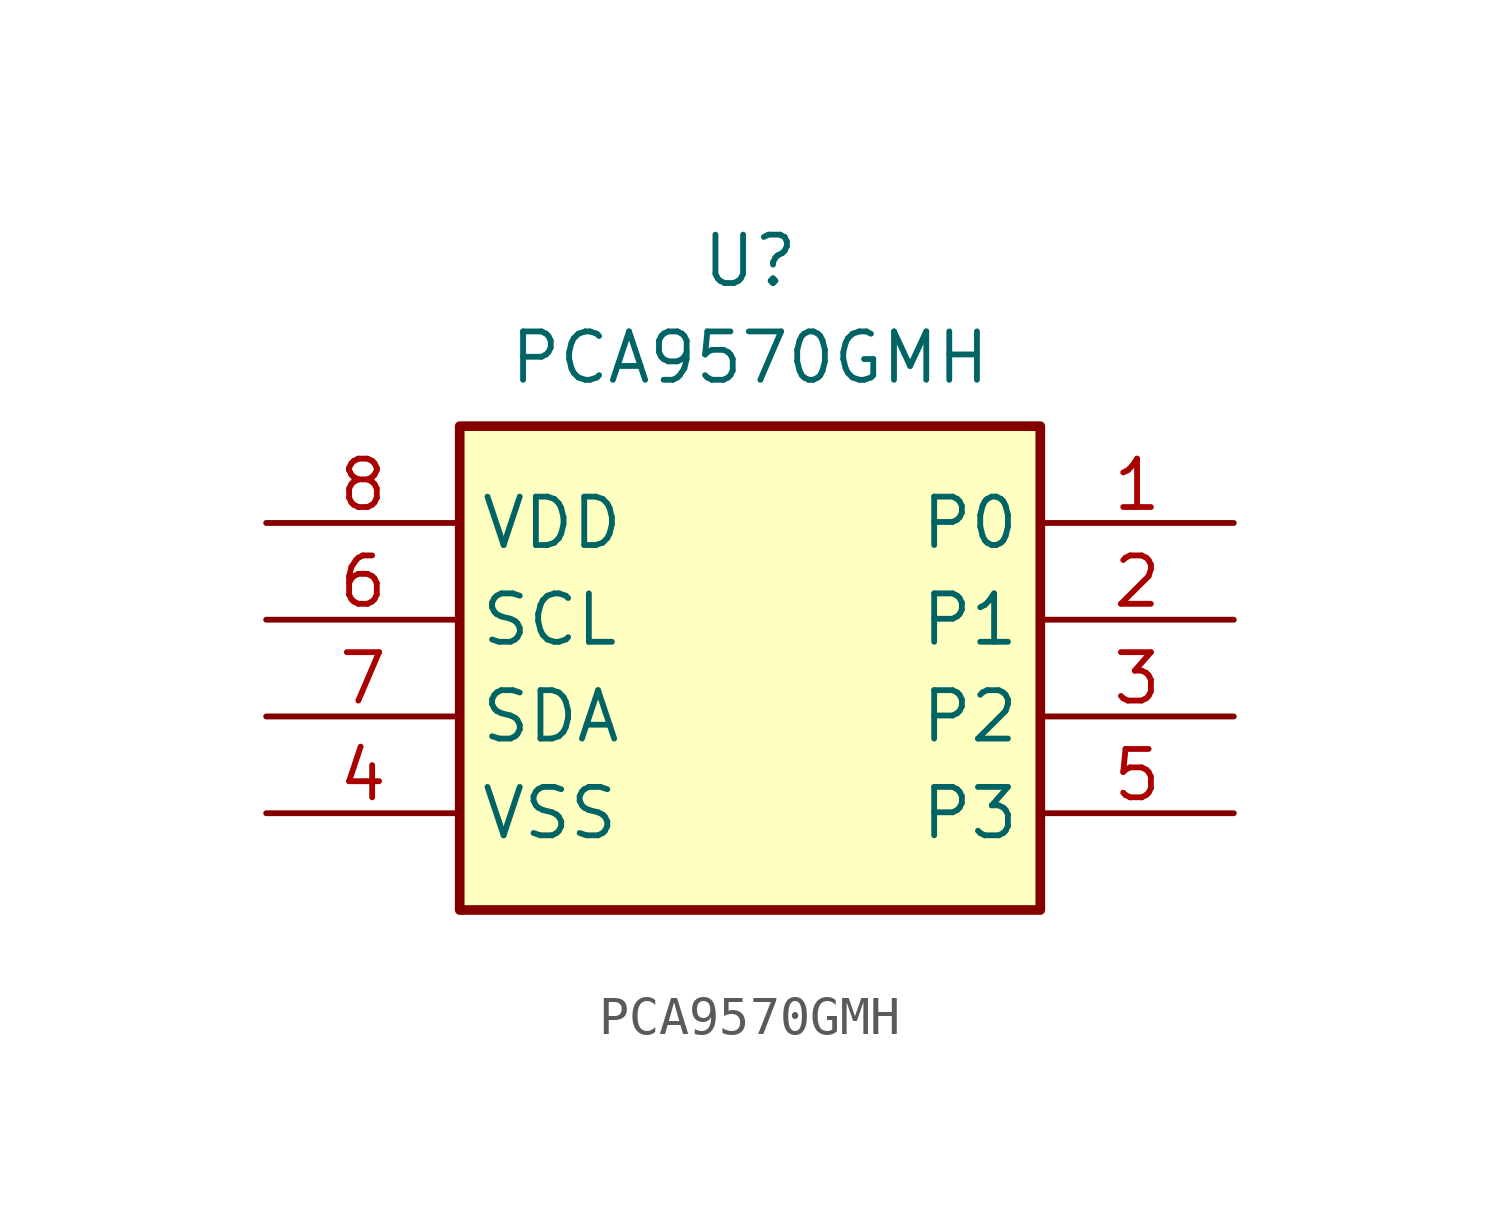
<source format=kicad_sym>
(kicad_symbol_lib
  (version 20231120)
  (generator "kicad_symbol_editor")
  (generator_version "8.0")
  (symbol "PCA9570GMH"
    (property "Reference" "U"
      (at 0 5.08 0)
      (effects (font (size 1.27 1.27)) (justify top)))
    (property "Value" "PCA9570GMH"
      (at 0 2.54 0)
      (effects (font (size 1.27 1.27)) (justify top)))
    (symbol "PCA9570GMH_1_1"
      (rectangle (start -7.62 0) (end 7.62 -12.7) (stroke (width 0.254) (type default)) (fill (type background)))
      (pin passive line (at 12.7 -2.54 180) (length 5.08) (name "P0" (effects (font (size 1.27 1.27)))) (number "1" (effects (font (size 1.27 1.27)))))
      (pin passive line (at 12.7 -5.08 180) (length 5.08) (name "P1" (effects (font (size 1.27 1.27)))) (number "2" (effects (font (size 1.27 1.27)))))
      (pin passive line (at 12.7 -7.62 180) (length 5.08) (name "P2" (effects (font (size 1.27 1.27)))) (number "3" (effects (font (size 1.27 1.27)))))
      (pin passive line (at -12.7 -10.16 0) (length 5.08) (name "VSS" (effects (font (size 1.27 1.27)))) (number "4" (effects (font (size 1.27 1.27)))))
      (pin passive line (at 12.7 -10.16 180) (length 5.08) (name "P3" (effects (font (size 1.27 1.27)))) (number "5" (effects (font (size 1.27 1.27)))))
      (pin passive line (at -12.7 -5.08 0) (length 5.08) (name "SCL" (effects (font (size 1.27 1.27)))) (number "6" (effects (font (size 1.27 1.27)))))
      (pin passive line (at -12.7 -7.62 0) (length 5.08) (name "SDA" (effects (font (size 1.27 1.27)))) (number "7" (effects (font (size 1.27 1.27)))))
      (pin passive line (at -12.7 -2.54 0) (length 5.08) (name "VDD" (effects (font (size 1.27 1.27)))) (number "8" (effects (font (size 1.27 1.27))))))))
</source>
